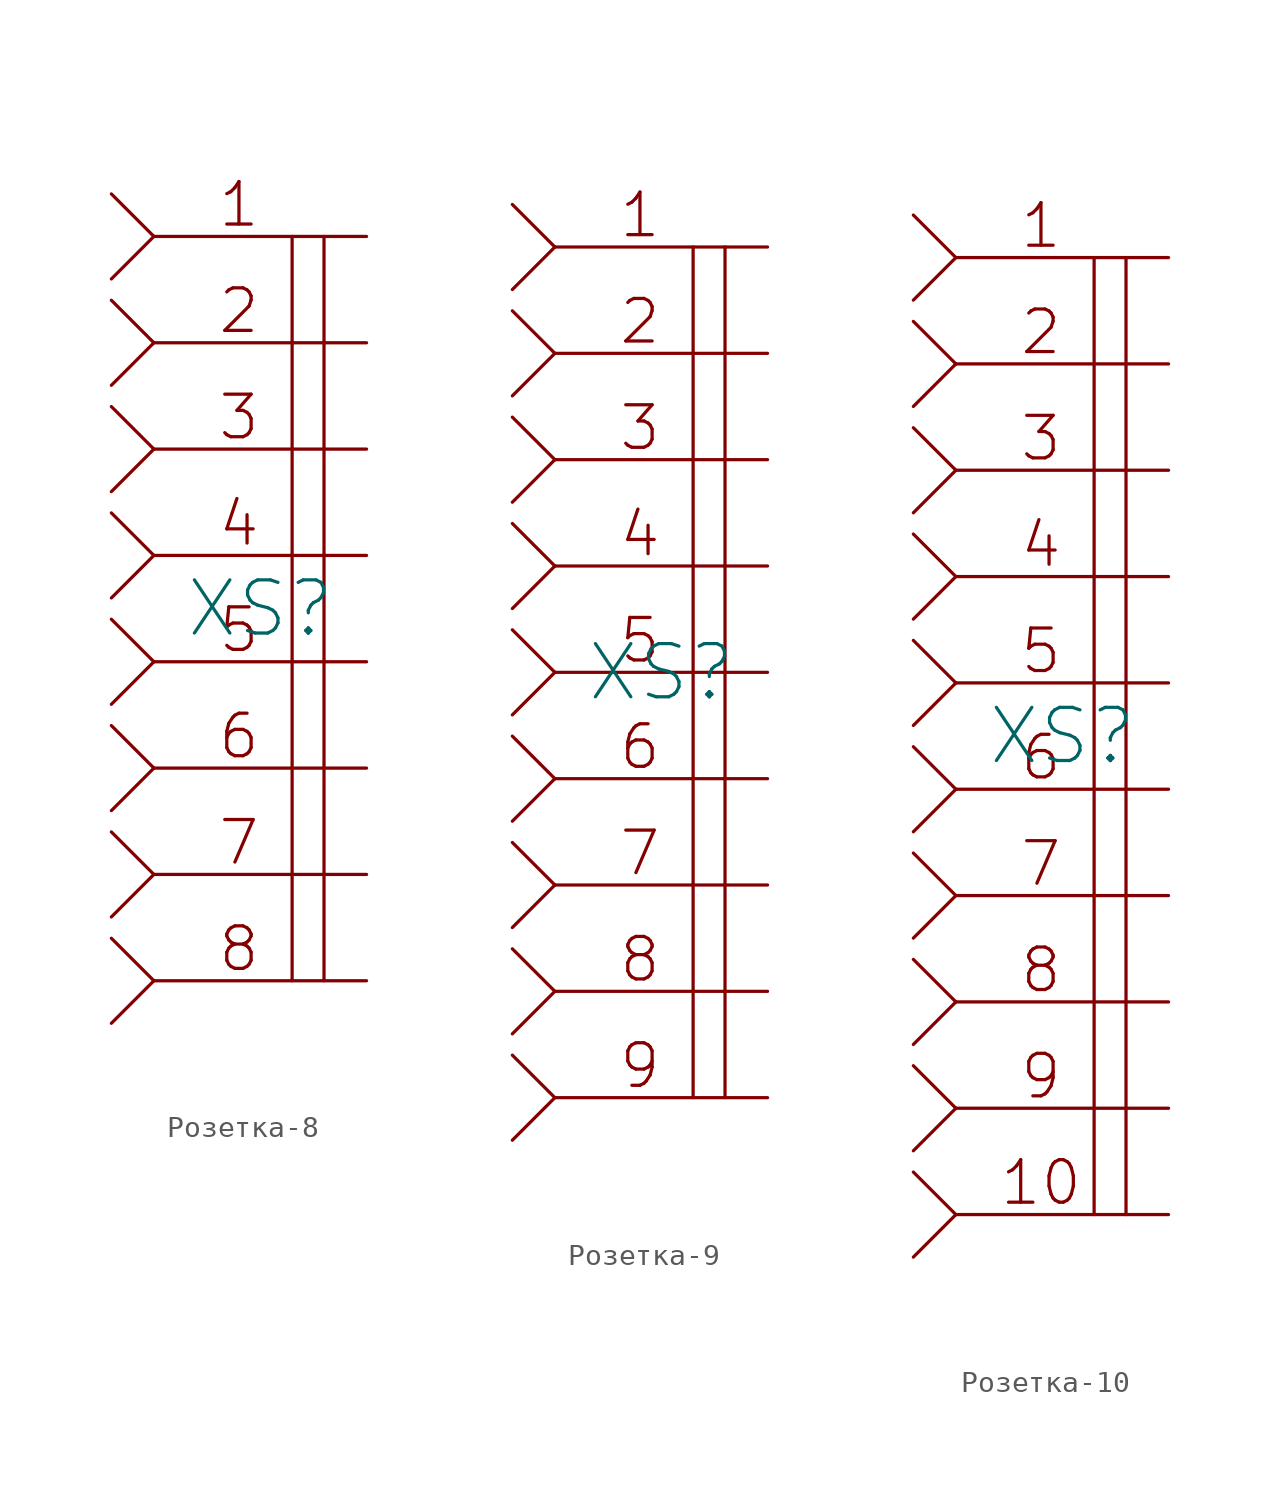
<source format=kicad_sym>
(kicad_symbol_lib
  (version 20220914)
  (generator kicad_symbol_editor)
  (symbol "Розетка-8"
    (pin_numbers hide)
    (pin_names hide)
    (property "Reference" "XS"
      (at 0 0 0)
      (effects (font (size 2.5 2.5))))
    (property "Value" ""
      (at -6.25 17.5 0)
      (effects (font (size 1.27 1.27))))
    (symbol "Розетка-8_0_1"
      (polyline (pts (xy -5 -17.5) (xy -7 -19.5)) (stroke (width 0) (type default)) (fill (type none)))
      (polyline (pts (xy -5 -17.5) (xy -7 -15.5)) (stroke (width 0) (type default)) (fill (type none)))
      (polyline (pts (xy -5 -12.5) (xy -7 -14.5)) (stroke (width 0) (type default)) (fill (type none)))
      (polyline (pts (xy -5 -12.5) (xy -7 -10.5)) (stroke (width 0) (type default)) (fill (type none)))
      (polyline (pts (xy -5 -7.5) (xy -7 -9.5)) (stroke (width 0) (type default)) (fill (type none)))
      (polyline (pts (xy -5 -7.5) (xy -7 -5.5)) (stroke (width 0) (type default)) (fill (type none)))
      (polyline (pts (xy -5 -2.5) (xy -7 -4.5)) (stroke (width 0) (type default)) (fill (type none)))
      (polyline (pts (xy -5 -2.5) (xy -7 -0.5)) (stroke (width 0) (type default)) (fill (type none)))
      (polyline (pts (xy -5 2.5) (xy -7 0.5)) (stroke (width 0) (type default)) (fill (type none)))
      (polyline (pts (xy -5 2.5) (xy -7 4.5)) (stroke (width 0) (type default)) (fill (type none)))
      (polyline (pts (xy -5 7.5) (xy -7 5.5)) (stroke (width 0) (type default)) (fill (type none)))
      (polyline (pts (xy -5 7.5) (xy -7 9.5)) (stroke (width 0) (type default)) (fill (type none)))
      (polyline (pts (xy -5 12.5) (xy -7 10.5)) (stroke (width 0) (type default)) (fill (type none)))
      (polyline (pts (xy -5 12.5) (xy -7 14.5)) (stroke (width 0) (type default)) (fill (type none)))
      (polyline (pts (xy -5 17.5) (xy -7 15.5)) (stroke (width 0) (type default)) (fill (type none)))
      (polyline (pts (xy -5 17.5) (xy -7 19.5)) (stroke (width 0) (type default)) (fill (type none)))
      (polyline (pts (xy 1.5 17.5) (xy 1.5 -17.5)) (stroke (width 0) (type default)) (fill (type none)))
      (polyline (pts (xy 3 17.5) (xy 3 -17.5)) (stroke (width 0) (type default)) (fill (type none))))
    (symbol "Розетка-8_1_1"
      (text "1" (at -1 19 0) (effects (font (size 2 2))))
      (text "2" (at -1 14 0) (effects (font (size 2 2))))
      (text "3" (at -1 9 0) (effects (font (size 2 2))))
      (text "4" (at -1 4 0) (effects (font (size 2 2))))
      (text "5" (at -1 -1 0) (effects (font (size 2 2))))
      (text "6" (at -1 -6 0) (effects (font (size 2 2))))
      (text "7" (at -1 -11 0) (effects (font (size 2 2))))
      (text "8" (at -1 -16 0) (effects (font (size 2 2))))
      (pin input line (at 5 17.5 180) (length 10) (name "" (effects (font (size 1.27 1.27)))) (number "1" (effects (font (size 1.27 1.27)))))
      (pin input line (at 5 12.5 180) (length 10) (name "" (effects (font (size 1.27 1.27)))) (number "2" (effects (font (size 1.27 1.27)))))
      (pin input line (at 5 7.5 180) (length 10) (name "" (effects (font (size 1.27 1.27)))) (number "3" (effects (font (size 1.27 1.27)))))
      (pin input line (at 5 2.5 180) (length 10) (name "" (effects (font (size 1.27 1.27)))) (number "4" (effects (font (size 1.27 1.27)))))
      (pin input line (at 5 -2.5 180) (length 10) (name "" (effects (font (size 1.27 1.27)))) (number "5" (effects (font (size 1.27 1.27)))))
      (pin input line (at 5 -7.5 180) (length 10) (name "" (effects (font (size 1.27 1.27)))) (number "6" (effects (font (size 1.27 1.27)))))
      (pin input line (at 5 -12.5 180) (length 10) (name "" (effects (font (size 1.27 1.27)))) (number "7" (effects (font (size 1.27 1.27)))))
      (pin input line (at 5 -17.5 180) (length 10) (name "" (effects (font (size 1.27 1.27)))) (number "8" (effects (font (size 1.27 1.27)))))))
  (symbol "Розетка-9"
    (pin_numbers hide)
    (pin_names hide)
    (property "Reference" "XS"
      (at 0 0 0)
      (effects (font (size 2.5 2.5))))
    (property "Value" ""
      (at -6.25 20 0)
      (effects (font (size 1.27 1.27))))
    (symbol "Розетка-9_0_1"
      (polyline (pts (xy -5 -20) (xy -7 -22)) (stroke (width 0) (type default)) (fill (type none)))
      (polyline (pts (xy -5 -20) (xy -7 -18)) (stroke (width 0) (type default)) (fill (type none)))
      (polyline (pts (xy -5 -15) (xy -7 -17)) (stroke (width 0) (type default)) (fill (type none)))
      (polyline (pts (xy -5 -15) (xy -7 -13)) (stroke (width 0) (type default)) (fill (type none)))
      (polyline (pts (xy -5 -10) (xy -7 -12)) (stroke (width 0) (type default)) (fill (type none)))
      (polyline (pts (xy -5 -10) (xy -7 -8)) (stroke (width 0) (type default)) (fill (type none)))
      (polyline (pts (xy -5 -5) (xy -7 -7)) (stroke (width 0) (type default)) (fill (type none)))
      (polyline (pts (xy -5 -5) (xy -7 -3)) (stroke (width 0) (type default)) (fill (type none)))
      (polyline (pts (xy -5 0) (xy -7 -2)) (stroke (width 0) (type default)) (fill (type none)))
      (polyline (pts (xy -5 0) (xy -7 2)) (stroke (width 0) (type default)) (fill (type none)))
      (polyline (pts (xy -5 5) (xy -7 3)) (stroke (width 0) (type default)) (fill (type none)))
      (polyline (pts (xy -5 5) (xy -7 7)) (stroke (width 0) (type default)) (fill (type none)))
      (polyline (pts (xy -5 10) (xy -7 8)) (stroke (width 0) (type default)) (fill (type none)))
      (polyline (pts (xy -5 10) (xy -7 12)) (stroke (width 0) (type default)) (fill (type none)))
      (polyline (pts (xy -5 15) (xy -7 13)) (stroke (width 0) (type default)) (fill (type none)))
      (polyline (pts (xy -5 15) (xy -7 17)) (stroke (width 0) (type default)) (fill (type none)))
      (polyline (pts (xy -5 20) (xy -7 18)) (stroke (width 0) (type default)) (fill (type none)))
      (polyline (pts (xy -5 20) (xy -7 22)) (stroke (width 0) (type default)) (fill (type none)))
      (polyline (pts (xy 1.5 20) (xy 1.5 -20)) (stroke (width 0) (type default)) (fill (type none)))
      (polyline (pts (xy 3 20) (xy 3 -20)) (stroke (width 0) (type default)) (fill (type none))))
    (symbol "Розетка-9_1_1"
      (text "1" (at -1 21.5 0) (effects (font (size 2 2))))
      (text "2" (at -1 16.5 0) (effects (font (size 2 2))))
      (text "3" (at -1 11.5 0) (effects (font (size 2 2))))
      (text "4" (at -1 6.5 0) (effects (font (size 2 2))))
      (text "5" (at -1 1.5 0) (effects (font (size 2 2))))
      (text "6" (at -1 -3.5 0) (effects (font (size 2 2))))
      (text "7" (at -1 -8.5 0) (effects (font (size 2 2))))
      (text "8" (at -1 -13.5 0) (effects (font (size 2 2))))
      (text "9" (at -1 -18.5 0) (effects (font (size 2 2))))
      (pin input line (at 5 20 180) (length 10) (name "" (effects (font (size 1.27 1.27)))) (number "1" (effects (font (size 1.27 1.27)))))
      (pin input line (at 5 15 180) (length 10) (name "" (effects (font (size 1.27 1.27)))) (number "2" (effects (font (size 1.27 1.27)))))
      (pin input line (at 5 10 180) (length 10) (name "" (effects (font (size 1.27 1.27)))) (number "3" (effects (font (size 1.27 1.27)))))
      (pin input line (at 5 5 180) (length 10) (name "" (effects (font (size 1.27 1.27)))) (number "4" (effects (font (size 1.27 1.27)))))
      (pin input line (at 5 0 180) (length 10) (name "" (effects (font (size 1.27 1.27)))) (number "5" (effects (font (size 1.27 1.27)))))
      (pin input line (at 5 -5 180) (length 10) (name "" (effects (font (size 1.27 1.27)))) (number "6" (effects (font (size 1.27 1.27)))))
      (pin input line (at 5 -10 180) (length 10) (name "" (effects (font (size 1.27 1.27)))) (number "7" (effects (font (size 1.27 1.27)))))
      (pin input line (at 5 -15 180) (length 10) (name "" (effects (font (size 1.27 1.27)))) (number "8" (effects (font (size 1.27 1.27)))))
      (pin input line (at 5 -20 180) (length 10) (name "" (effects (font (size 1.27 1.27)))) (number "9" (effects (font (size 1.27 1.27)))))))
  (symbol "Розетка-10"
    (pin_numbers hide)
    (pin_names hide)
    (property "Reference" "XS"
      (at 0 0 0)
      (effects (font (size 2.5 2.5))))
    (property "Value" ""
      (at -6.25 22.5 0)
      (effects (font (size 1.27 1.27))))
    (symbol "Розетка-10_0_1"
      (polyline (pts (xy -5 -22.5) (xy -7 -24.5)) (stroke (width 0) (type default)) (fill (type none)))
      (polyline (pts (xy -5 -22.5) (xy -7 -20.5)) (stroke (width 0) (type default)) (fill (type none)))
      (polyline (pts (xy -5 -17.5) (xy -7 -19.5)) (stroke (width 0) (type default)) (fill (type none)))
      (polyline (pts (xy -5 -17.5) (xy -7 -15.5)) (stroke (width 0) (type default)) (fill (type none)))
      (polyline (pts (xy -5 -12.5) (xy -7 -14.5)) (stroke (width 0) (type default)) (fill (type none)))
      (polyline (pts (xy -5 -12.5) (xy -7 -10.5)) (stroke (width 0) (type default)) (fill (type none)))
      (polyline (pts (xy -5 -7.5) (xy -7 -9.5)) (stroke (width 0) (type default)) (fill (type none)))
      (polyline (pts (xy -5 -7.5) (xy -7 -5.5)) (stroke (width 0) (type default)) (fill (type none)))
      (polyline (pts (xy -5 -2.5) (xy -7 -4.5)) (stroke (width 0) (type default)) (fill (type none)))
      (polyline (pts (xy -5 -2.5) (xy -7 -0.5)) (stroke (width 0) (type default)) (fill (type none)))
      (polyline (pts (xy -5 2.5) (xy -7 0.5)) (stroke (width 0) (type default)) (fill (type none)))
      (polyline (pts (xy -5 2.5) (xy -7 4.5)) (stroke (width 0) (type default)) (fill (type none)))
      (polyline (pts (xy -5 7.5) (xy -7 5.5)) (stroke (width 0) (type default)) (fill (type none)))
      (polyline (pts (xy -5 7.5) (xy -7 9.5)) (stroke (width 0) (type default)) (fill (type none)))
      (polyline (pts (xy -5 12.5) (xy -7 10.5)) (stroke (width 0) (type default)) (fill (type none)))
      (polyline (pts (xy -5 12.5) (xy -7 14.5)) (stroke (width 0) (type default)) (fill (type none)))
      (polyline (pts (xy -5 17.5) (xy -7 15.5)) (stroke (width 0) (type default)) (fill (type none)))
      (polyline (pts (xy -5 17.5) (xy -7 19.5)) (stroke (width 0) (type default)) (fill (type none)))
      (polyline (pts (xy -5 22.5) (xy -7 20.5)) (stroke (width 0) (type default)) (fill (type none)))
      (polyline (pts (xy -5 22.5) (xy -7 24.5)) (stroke (width 0) (type default)) (fill (type none)))
      (polyline (pts (xy 1.5 22.5) (xy 1.5 -22.5)) (stroke (width 0) (type default)) (fill (type none)))
      (polyline (pts (xy 3 22.5) (xy 3 -22.5)) (stroke (width 0) (type default)) (fill (type none))))
    (symbol "Розетка-10_1_1"
      (text "1" (at -1 24 0) (effects (font (size 2 2))))
      (text "10" (at -1 -21 0) (effects (font (size 2 2))))
      (text "2" (at -1 19 0) (effects (font (size 2 2))))
      (text "3" (at -1 14 0) (effects (font (size 2 2))))
      (text "4" (at -1 9 0) (effects (font (size 2 2))))
      (text "5" (at -1 4 0) (effects (font (size 2 2))))
      (text "6" (at -1 -1 0) (effects (font (size 2 2))))
      (text "7" (at -1 -6 0) (effects (font (size 2 2))))
      (text "8" (at -1 -11 0) (effects (font (size 2 2))))
      (text "9" (at -1 -16 0) (effects (font (size 2 2))))
      (pin input line (at 5 22.5 180) (length 10) (name "" (effects (font (size 1.27 1.27)))) (number "1" (effects (font (size 1.27 1.27)))))
      (pin input line (at 5 -22.5 180) (length 10) (name "" (effects (font (size 1.27 1.27)))) (number "10" (effects (font (size 1.27 1.27)))))
      (pin input line (at 5 17.5 180) (length 10) (name "" (effects (font (size 1.27 1.27)))) (number "2" (effects (font (size 1.27 1.27)))))
      (pin input line (at 5 12.5 180) (length 10) (name "" (effects (font (size 1.27 1.27)))) (number "3" (effects (font (size 1.27 1.27)))))
      (pin input line (at 5 7.5 180) (length 10) (name "" (effects (font (size 1.27 1.27)))) (number "4" (effects (font (size 1.27 1.27)))))
      (pin input line (at 5 2.5 180) (length 10) (name "" (effects (font (size 1.27 1.27)))) (number "5" (effects (font (size 1.27 1.27)))))
      (pin input line (at 5 -2.5 180) (length 10) (name "" (effects (font (size 1.27 1.27)))) (number "6" (effects (font (size 1.27 1.27)))))
      (pin input line (at 5 -7.5 180) (length 10) (name "" (effects (font (size 1.27 1.27)))) (number "7" (effects (font (size 1.27 1.27)))))
      (pin input line (at 5 -12.5 180) (length 10) (name "" (effects (font (size 1.27 1.27)))) (number "8" (effects (font (size 1.27 1.27)))))
      (pin input line (at 5 -17.5 180) (length 10) (name "" (effects (font (size 1.27 1.27)))) (number "9" (effects (font (size 1.27 1.27))))))))
</source>
